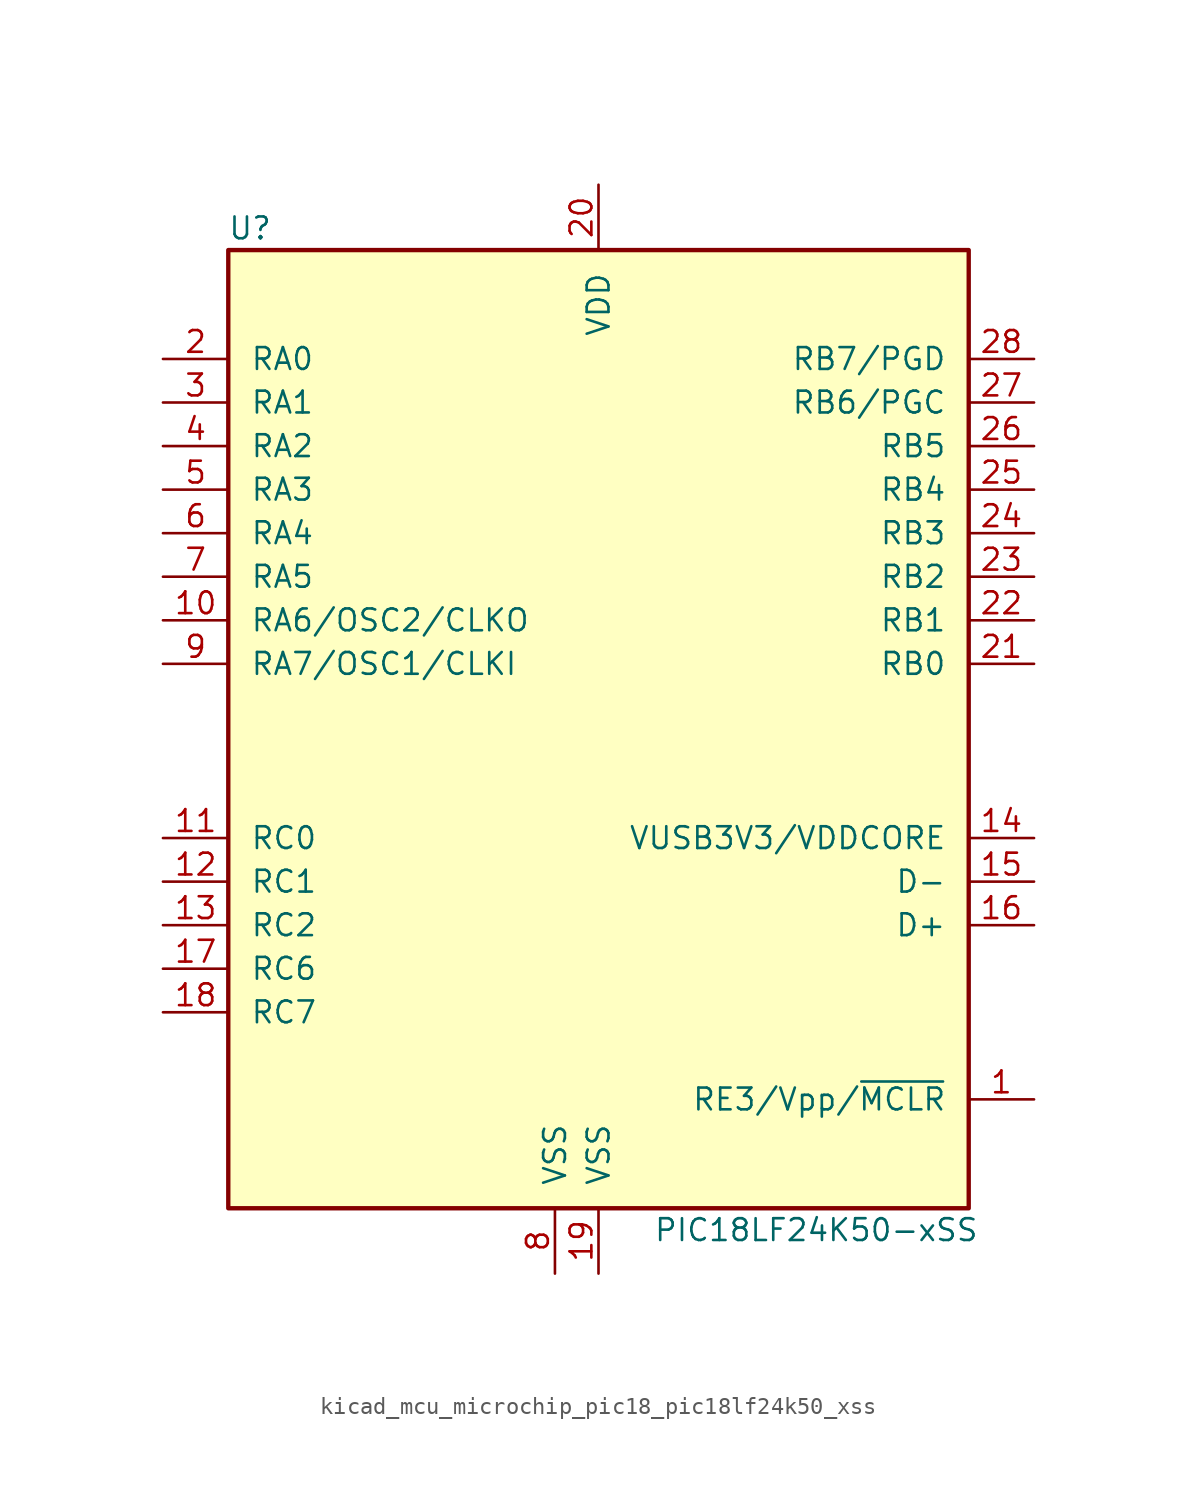
<source format=kicad_sym>
(kicad_symbol_lib
  (version 20220914)
  (generator kicad_symbol_editor)
  (symbol "kicad_mcu_microchip_pic18_pic18lf24k50_xss"
    (pin_names
      (offset 1.27))
    (property "Reference" "U"
      (at -20.32 30.48 0)
      (effects (font (size 1.27 1.27))))
    (property "Value" "PIC18LF24K50-xSS"
      (at 12.7 -27.94 0)
      (effects (font (size 1.27 1.27))))
    (symbol "kicad_mcu_microchip_pic18_pic18lf24k50_xss_0_1"
      (rectangle (start -21.59 29.21) (end 21.59 -26.67) (stroke (width 0.254) (type default)) (fill (type background))))
    (symbol "kicad_mcu_microchip_pic18_pic18lf24k50_xss_1_1"
      (pin input line (at 25.4 -20.32 180) (length 3.81) (name "RE3/Vpp/~{MCLR}" (effects (font (size 1.27 1.27)))) (number "1" (effects (font (size 1.27 1.27)))))
      (pin output line (at -25.4 7.62 0) (length 3.81) (name "RA6/OSC2/CLKO" (effects (font (size 1.27 1.27)))) (number "10" (effects (font (size 1.27 1.27)))))
      (pin bidirectional line (at -25.4 -5.08 0) (length 3.81) (name "RC0" (effects (font (size 1.27 1.27)))) (number "11" (effects (font (size 1.27 1.27)))))
      (pin bidirectional line (at -25.4 -7.62 0) (length 3.81) (name "RC1" (effects (font (size 1.27 1.27)))) (number "12" (effects (font (size 1.27 1.27)))))
      (pin bidirectional line (at -25.4 -10.16 0) (length 3.81) (name "RC2" (effects (font (size 1.27 1.27)))) (number "13" (effects (font (size 1.27 1.27)))))
      (pin bidirectional line (at 25.4 -5.08 180) (length 3.81) (name "VUSB3V3/VDDCORE" (effects (font (size 1.27 1.27)))) (number "14" (effects (font (size 1.27 1.27)))))
      (pin bidirectional line (at 25.4 -7.62 180) (length 3.81) (name "D-" (effects (font (size 1.27 1.27)))) (number "15" (effects (font (size 1.27 1.27)))))
      (pin bidirectional line (at 25.4 -10.16 180) (length 3.81) (name "D+" (effects (font (size 1.27 1.27)))) (number "16" (effects (font (size 1.27 1.27)))))
      (pin bidirectional line (at -25.4 -12.7 0) (length 3.81) (name "RC6" (effects (font (size 1.27 1.27)))) (number "17" (effects (font (size 1.27 1.27)))))
      (pin bidirectional line (at -25.4 -15.24 0) (length 3.81) (name "RC7" (effects (font (size 1.27 1.27)))) (number "18" (effects (font (size 1.27 1.27)))))
      (pin power_in line (at 0 -30.48 90) (length 3.81) (name "VSS" (effects (font (size 1.27 1.27)))) (number "19" (effects (font (size 1.27 1.27)))))
      (pin bidirectional line (at -25.4 22.86 0) (length 3.81) (name "RA0" (effects (font (size 1.27 1.27)))) (number "2" (effects (font (size 1.27 1.27)))))
      (pin power_in line (at 0 33.02 270) (length 3.81) (name "VDD" (effects (font (size 1.27 1.27)))) (number "20" (effects (font (size 1.27 1.27)))))
      (pin bidirectional line (at 25.4 5.08 180) (length 3.81) (name "RB0" (effects (font (size 1.27 1.27)))) (number "21" (effects (font (size 1.27 1.27)))))
      (pin bidirectional line (at 25.4 7.62 180) (length 3.81) (name "RB1" (effects (font (size 1.27 1.27)))) (number "22" (effects (font (size 1.27 1.27)))))
      (pin bidirectional line (at 25.4 10.16 180) (length 3.81) (name "RB2" (effects (font (size 1.27 1.27)))) (number "23" (effects (font (size 1.27 1.27)))))
      (pin bidirectional line (at 25.4 12.7 180) (length 3.81) (name "RB3" (effects (font (size 1.27 1.27)))) (number "24" (effects (font (size 1.27 1.27)))))
      (pin bidirectional line (at 25.4 15.24 180) (length 3.81) (name "RB4" (effects (font (size 1.27 1.27)))) (number "25" (effects (font (size 1.27 1.27)))))
      (pin bidirectional line (at 25.4 17.78 180) (length 3.81) (name "RB5" (effects (font (size 1.27 1.27)))) (number "26" (effects (font (size 1.27 1.27)))))
      (pin bidirectional line (at 25.4 20.32 180) (length 3.81) (name "RB6/PGC" (effects (font (size 1.27 1.27)))) (number "27" (effects (font (size 1.27 1.27)))))
      (pin bidirectional line (at 25.4 22.86 180) (length 3.81) (name "RB7/PGD" (effects (font (size 1.27 1.27)))) (number "28" (effects (font (size 1.27 1.27)))))
      (pin bidirectional line (at -25.4 20.32 0) (length 3.81) (name "RA1" (effects (font (size 1.27 1.27)))) (number "3" (effects (font (size 1.27 1.27)))))
      (pin bidirectional line (at -25.4 17.78 0) (length 3.81) (name "RA2" (effects (font (size 1.27 1.27)))) (number "4" (effects (font (size 1.27 1.27)))))
      (pin bidirectional line (at -25.4 15.24 0) (length 3.81) (name "RA3" (effects (font (size 1.27 1.27)))) (number "5" (effects (font (size 1.27 1.27)))))
      (pin bidirectional line (at -25.4 12.7 0) (length 3.81) (name "RA4" (effects (font (size 1.27 1.27)))) (number "6" (effects (font (size 1.27 1.27)))))
      (pin bidirectional line (at -25.4 10.16 0) (length 3.81) (name "RA5" (effects (font (size 1.27 1.27)))) (number "7" (effects (font (size 1.27 1.27)))))
      (pin power_in line (at -2.54 -30.48 90) (length 3.81) (name "VSS" (effects (font (size 1.27 1.27)))) (number "8" (effects (font (size 1.27 1.27)))))
      (pin input line (at -25.4 5.08 0) (length 3.81) (name "RA7/OSC1/CLKI" (effects (font (size 1.27 1.27)))) (number "9" (effects (font (size 1.27 1.27))))))))
</source>
